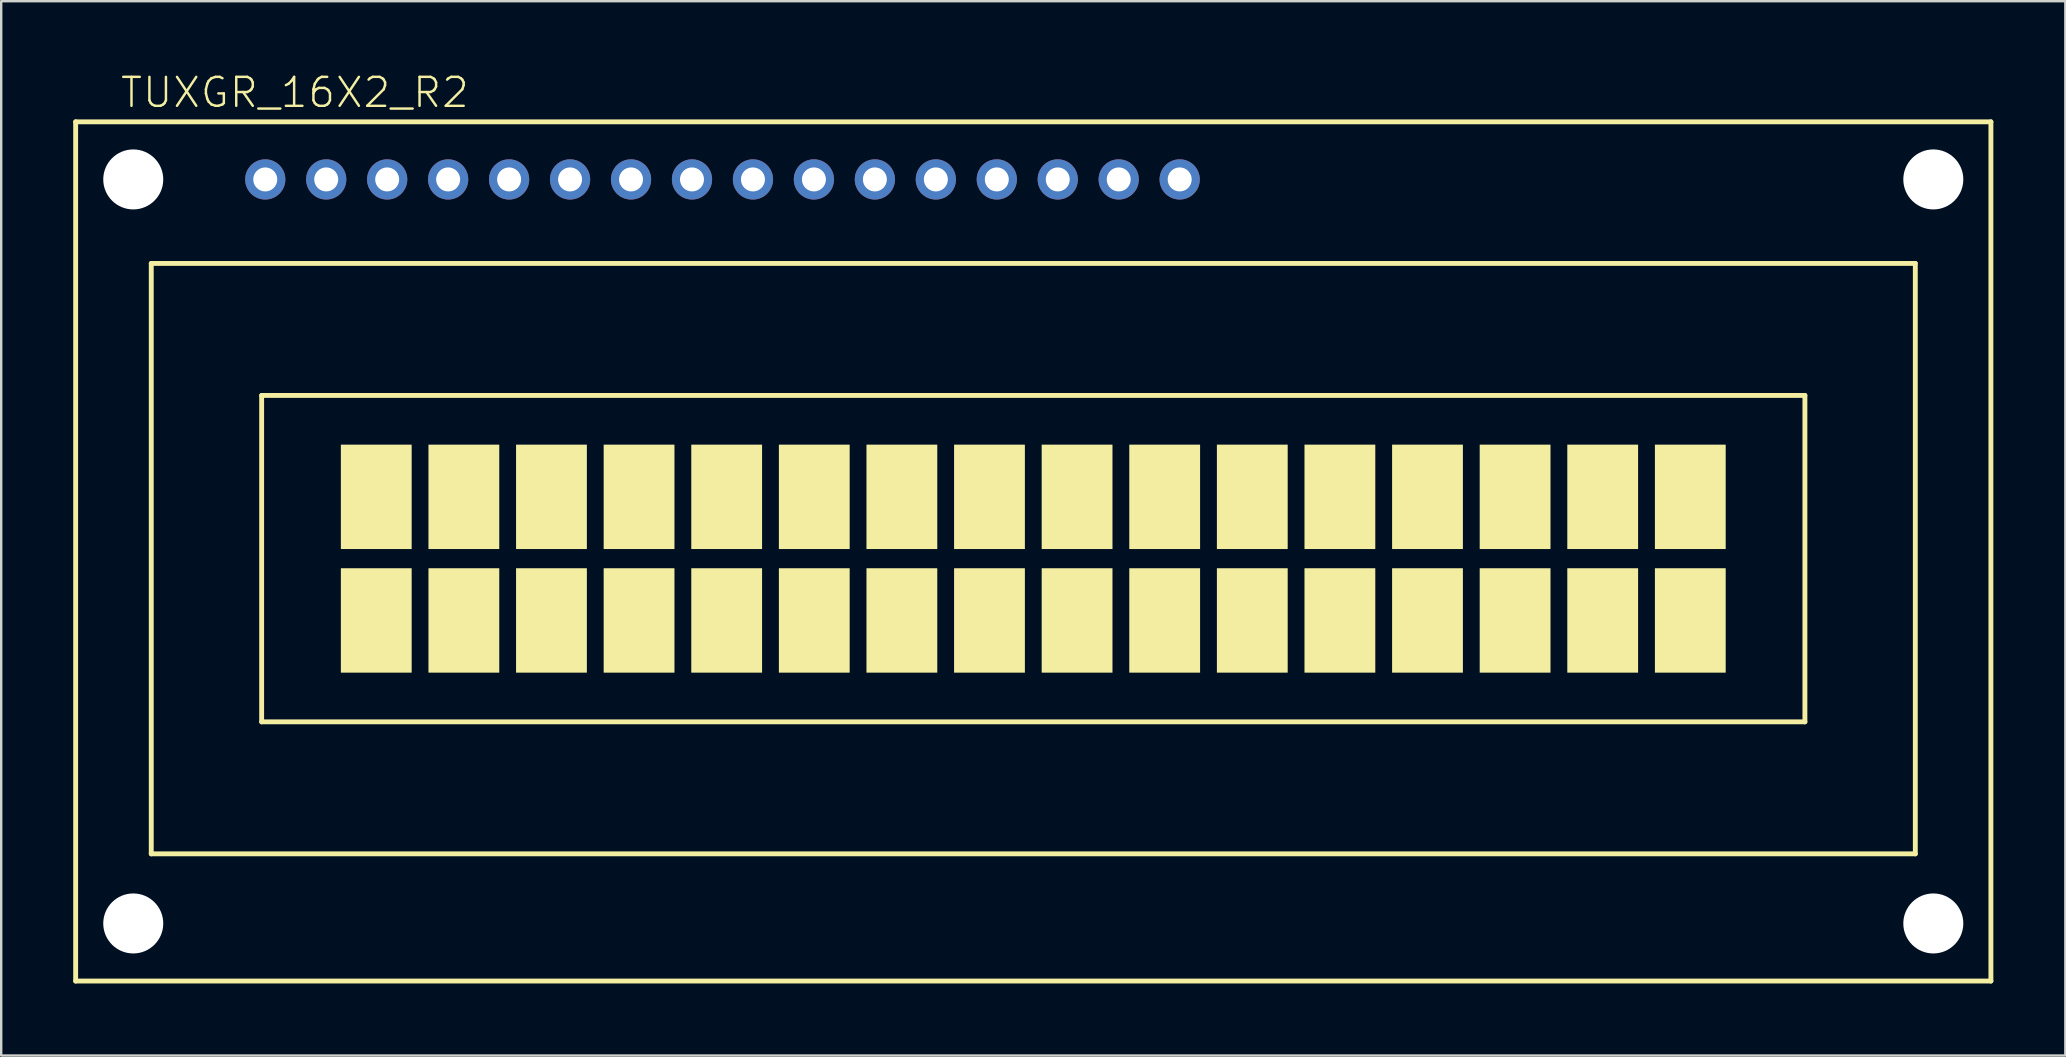
<source format=kicad_pcb>
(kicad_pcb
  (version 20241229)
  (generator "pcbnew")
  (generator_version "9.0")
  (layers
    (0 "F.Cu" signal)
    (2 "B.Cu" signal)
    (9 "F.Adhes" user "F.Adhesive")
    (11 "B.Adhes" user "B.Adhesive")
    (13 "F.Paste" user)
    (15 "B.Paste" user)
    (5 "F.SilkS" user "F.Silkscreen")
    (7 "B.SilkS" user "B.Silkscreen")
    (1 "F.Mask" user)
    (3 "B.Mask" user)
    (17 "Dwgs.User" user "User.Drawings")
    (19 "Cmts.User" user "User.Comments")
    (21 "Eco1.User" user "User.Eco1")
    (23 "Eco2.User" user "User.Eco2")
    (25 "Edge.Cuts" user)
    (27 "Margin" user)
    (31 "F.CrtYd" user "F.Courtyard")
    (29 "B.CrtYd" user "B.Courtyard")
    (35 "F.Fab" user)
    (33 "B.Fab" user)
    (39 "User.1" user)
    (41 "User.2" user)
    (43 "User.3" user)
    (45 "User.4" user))
  (footprint "TUXGR_16X2_R2"
    (layer "F.Cu")
    (at 40.002 19.926)
    (property "Reference" "TUXGR_16X2_R2" (at -38.1 -18.415 0) (layer "F.SilkS") (effects (font (size 1.206 1.206) (thickness 0.102)) (justify left bottom)))
    (attr through_hole)
    (fp_line (start -39.9 -17.9) (end 39.9 -17.9) (stroke (width 0.203) (type solid)) (layer "F.SilkS"))
    (fp_line (start -39.9 17.9) (end -39.9 -17.9) (stroke (width 0.203) (type solid)) (layer "F.SilkS"))
    (fp_line (start -36.75 -12) (end 36.75 -12) (stroke (width 0.203) (type solid)) (layer "F.SilkS"))
    (fp_line (start -36.75 12.6) (end -36.75 -12) (stroke (width 0.203) (type solid)) (layer "F.SilkS"))
    (fp_line (start -32.15 -6.5) (end 32.15 -6.5) (stroke (width 0.203) (type solid)) (layer "F.SilkS"))
    (fp_line (start -32.15 7.1) (end -32.15 -6.5) (stroke (width 0.203) (type solid)) (layer "F.SilkS"))
    (fp_line (start 32.15 -6.5) (end 32.15 7.1) (stroke (width 0.203) (type solid)) (layer "F.SilkS"))
    (fp_line (start 32.15 7.1) (end -32.15 7.1) (stroke (width 0.203) (type solid)) (layer "F.SilkS"))
    (fp_line (start 36.75 -12) (end 36.75 12.6) (stroke (width 0.203) (type solid)) (layer "F.SilkS"))
    (fp_line (start 36.75 12.6) (end -36.75 12.6) (stroke (width 0.203) (type solid)) (layer "F.SilkS"))
    (fp_line (start 39.9 -17.9) (end 39.9 17.9) (stroke (width 0.203) (type solid)) (layer "F.SilkS"))
    (fp_line (start 39.9 17.9) (end -39.9 17.9) (stroke (width 0.203) (type solid)) (layer "F.SilkS"))
    (fp_poly (pts (xy -28.85 -0.1) (xy -25.9 -0.1) (xy -25.9 -4.45) (xy -28.85 -4.45)) (stroke (width 0) (type solid)) (fill yes) (layer "F.SilkS"))
    (fp_poly (pts (xy -28.85 5.05) (xy -25.9 5.05) (xy -25.9 0.7) (xy -28.85 0.7)) (stroke (width 0) (type solid)) (fill yes) (layer "F.SilkS"))
    (fp_poly (pts (xy -25.2 -0.1) (xy -22.25 -0.1) (xy -22.25 -4.45) (xy -25.2 -4.45)) (stroke (width 0) (type solid)) (fill yes) (layer "F.SilkS"))
    (fp_poly (pts (xy -25.2 5.05) (xy -22.25 5.05) (xy -22.25 0.7) (xy -25.2 0.7)) (stroke (width 0) (type solid)) (fill yes) (layer "F.SilkS"))
    (fp_poly (pts (xy -21.55 -0.1) (xy -18.6 -0.1) (xy -18.6 -4.45) (xy -21.55 -4.45)) (stroke (width 0) (type solid)) (fill yes) (layer "F.SilkS"))
    (fp_poly (pts (xy -21.55 5.05) (xy -18.6 5.05) (xy -18.6 0.7) (xy -21.55 0.7)) (stroke (width 0) (type solid)) (fill yes) (layer "F.SilkS"))
    (fp_poly (pts (xy -17.9 -0.1) (xy -14.95 -0.1) (xy -14.95 -4.45) (xy -17.9 -4.45)) (stroke (width 0) (type solid)) (fill yes) (layer "F.SilkS"))
    (fp_poly (pts (xy -17.9 5.05) (xy -14.95 5.05) (xy -14.95 0.7) (xy -17.9 0.7)) (stroke (width 0) (type solid)) (fill yes) (layer "F.SilkS"))
    (fp_poly (pts (xy -14.25 -0.1) (xy -11.3 -0.1) (xy -11.3 -4.45) (xy -14.25 -4.45)) (stroke (width 0) (type solid)) (fill yes) (layer "F.SilkS"))
    (fp_poly (pts (xy -14.25 5.05) (xy -11.3 5.05) (xy -11.3 0.7) (xy -14.25 0.7)) (stroke (width 0) (type solid)) (fill yes) (layer "F.SilkS"))
    (fp_poly (pts (xy -10.6 -0.1) (xy -7.65 -0.1) (xy -7.65 -4.45) (xy -10.6 -4.45)) (stroke (width 0) (type solid)) (fill yes) (layer "F.SilkS"))
    (fp_poly (pts (xy -10.6 5.05) (xy -7.65 5.05) (xy -7.65 0.7) (xy -10.6 0.7)) (stroke (width 0) (type solid)) (fill yes) (layer "F.SilkS"))
    (fp_poly (pts (xy -6.95 -0.1) (xy -4 -0.1) (xy -4 -4.45) (xy -6.95 -4.45)) (stroke (width 0) (type solid)) (fill yes) (layer "F.SilkS"))
    (fp_poly (pts (xy -6.95 5.05) (xy -4 5.05) (xy -4 0.7) (xy -6.95 0.7)) (stroke (width 0) (type solid)) (fill yes) (layer "F.SilkS"))
    (fp_poly (pts (xy -3.3 -0.1) (xy -0.35 -0.1) (xy -0.35 -4.45) (xy -3.3 -4.45)) (stroke (width 0) (type solid)) (fill yes) (layer "F.SilkS"))
    (fp_poly (pts (xy -3.3 5.05) (xy -0.35 5.05) (xy -0.35 0.7) (xy -3.3 0.7)) (stroke (width 0) (type solid)) (fill yes) (layer "F.SilkS"))
    (fp_poly (pts (xy 0.35 -0.1) (xy 3.3 -0.1) (xy 3.3 -4.45) (xy 0.35 -4.45)) (stroke (width 0) (type solid)) (fill yes) (layer "F.SilkS"))
    (fp_poly (pts (xy 0.35 5.05) (xy 3.3 5.05) (xy 3.3 0.7) (xy 0.35 0.7)) (stroke (width 0) (type solid)) (fill yes) (layer "F.SilkS"))
    (fp_poly (pts (xy 4 -0.1) (xy 6.95 -0.1) (xy 6.95 -4.45) (xy 4 -4.45)) (stroke (width 0) (type solid)) (fill yes) (layer "F.SilkS"))
    (fp_poly (pts (xy 4 5.05) (xy 6.95 5.05) (xy 6.95 0.7) (xy 4 0.7)) (stroke (width 0) (type solid)) (fill yes) (layer "F.SilkS"))
    (fp_poly (pts (xy 7.65 -0.1) (xy 10.6 -0.1) (xy 10.6 -4.45) (xy 7.65 -4.45)) (stroke (width 0) (type solid)) (fill yes) (layer "F.SilkS"))
    (fp_poly (pts (xy 7.65 5.05) (xy 10.6 5.05) (xy 10.6 0.7) (xy 7.65 0.7)) (stroke (width 0) (type solid)) (fill yes) (layer "F.SilkS"))
    (fp_poly (pts (xy 11.3 -0.1) (xy 14.25 -0.1) (xy 14.25 -4.45) (xy 11.3 -4.45)) (stroke (width 0) (type solid)) (fill yes) (layer "F.SilkS"))
    (fp_poly (pts (xy 11.3 5.05) (xy 14.25 5.05) (xy 14.25 0.7) (xy 11.3 0.7)) (stroke (width 0) (type solid)) (fill yes) (layer "F.SilkS"))
    (fp_poly (pts (xy 14.95 -0.1) (xy 17.9 -0.1) (xy 17.9 -4.45) (xy 14.95 -4.45)) (stroke (width 0) (type solid)) (fill yes) (layer "F.SilkS"))
    (fp_poly (pts (xy 14.95 5.05) (xy 17.9 5.05) (xy 17.9 0.7) (xy 14.95 0.7)) (stroke (width 0) (type solid)) (fill yes) (layer "F.SilkS"))
    (fp_poly (pts (xy 18.6 -0.1) (xy 21.55 -0.1) (xy 21.55 -4.45) (xy 18.6 -4.45)) (stroke (width 0) (type solid)) (fill yes) (layer "F.SilkS"))
    (fp_poly (pts (xy 18.6 5.05) (xy 21.55 5.05) (xy 21.55 0.7) (xy 18.6 0.7)) (stroke (width 0) (type solid)) (fill yes) (layer "F.SilkS"))
    (fp_poly (pts (xy 22.25 -0.1) (xy 25.2 -0.1) (xy 25.2 -4.45) (xy 22.25 -4.45)) (stroke (width 0) (type solid)) (fill yes) (layer "F.SilkS"))
    (fp_poly (pts (xy 22.25 5.05) (xy 25.2 5.05) (xy 25.2 0.7) (xy 22.25 0.7)) (stroke (width 0) (type solid)) (fill yes) (layer "F.SilkS"))
    (fp_poly (pts (xy 25.9 -0.1) (xy 28.85 -0.1) (xy 28.85 -4.45) (xy 25.9 -4.45)) (stroke (width 0) (type solid)) (fill yes) (layer "F.SilkS"))
    (fp_poly (pts (xy 25.9 5.05) (xy 28.85 5.05) (xy 28.85 0.7) (xy 25.9 0.7)) (stroke (width 0) (type solid)) (fill yes) (layer "F.SilkS"))
    (pad "" np_thru_hole circle (at -37.5 -15.5) (size 2.5 2.5) (drill 2.5) (layers "*.Cu" "*.Mask"))
    (pad "" np_thru_hole circle (at -37.5 15.5) (size 2.5 2.5) (drill 2.5) (layers "*.Cu" "*.Mask"))
    (pad "" np_thru_hole circle (at 37.5 -15.5) (size 2.5 2.5) (drill 2.5) (layers "*.Cu" "*.Mask"))
    (pad "" np_thru_hole circle (at 37.5 15.5) (size 2.5 2.5) (drill 2.5) (layers "*.Cu" "*.Mask"))
    (pad "1" thru_hole circle (at -32 -15.5) (size 1.676 1.676) (drill 1) (layers "*.Cu" "*.Mask"))
    (pad "2" thru_hole circle (at -29.46 -15.5) (size 1.676 1.676) (drill 1) (layers "*.Cu" "*.Mask"))
    (pad "3" thru_hole circle (at -26.92 -15.5) (size 1.676 1.676) (drill 1) (layers "*.Cu" "*.Mask"))
    (pad "4" thru_hole circle (at -24.38 -15.5) (size 1.676 1.676) (drill 1) (layers "*.Cu" "*.Mask"))
    (pad "5" thru_hole circle (at -21.84 -15.5) (size 1.676 1.676) (drill 1) (layers "*.Cu" "*.Mask"))
    (pad "6" thru_hole circle (at -19.3 -15.5) (size 1.676 1.676) (drill 1) (layers "*.Cu" "*.Mask"))
    (pad "7" thru_hole circle (at -16.76 -15.5) (size 1.676 1.676) (drill 1) (layers "*.Cu" "*.Mask"))
    (pad "8" thru_hole circle (at -14.22 -15.5) (size 1.676 1.676) (drill 1) (layers "*.Cu" "*.Mask"))
    (pad "9" thru_hole circle (at -11.68 -15.5) (size 1.676 1.676) (drill 1) (layers "*.Cu" "*.Mask"))
    (pad "10" thru_hole circle (at -9.14 -15.5) (size 1.676 1.676) (drill 1) (layers "*.Cu" "*.Mask"))
    (pad "11" thru_hole circle (at -6.6 -15.5) (size 1.676 1.676) (drill 1) (layers "*.Cu" "*.Mask"))
    (pad "12" thru_hole circle (at -4.06 -15.5) (size 1.676 1.676) (drill 1) (layers "*.Cu" "*.Mask"))
    (pad "13" thru_hole circle (at -1.52 -15.5) (size 1.676 1.676) (drill 1) (layers "*.Cu" "*.Mask"))
    (pad "14" thru_hole circle (at 1.02 -15.5) (size 1.676 1.676) (drill 1) (layers "*.Cu" "*.Mask"))
    (pad "15" thru_hole circle (at 3.56 -15.5) (size 1.676 1.676) (drill 1) (layers "*.Cu" "*.Mask"))
    (pad "16" thru_hole circle (at 6.1 -15.5) (size 1.676 1.676) (drill 1) (layers "*.Cu" "*.Mask")))
  (gr_rect
    (start -3 -3)
    (end 83.003 40.928)
    (stroke (width 0.1) (type default))
    (fill no)
    (layer "Edge.Cuts")))
</source>
